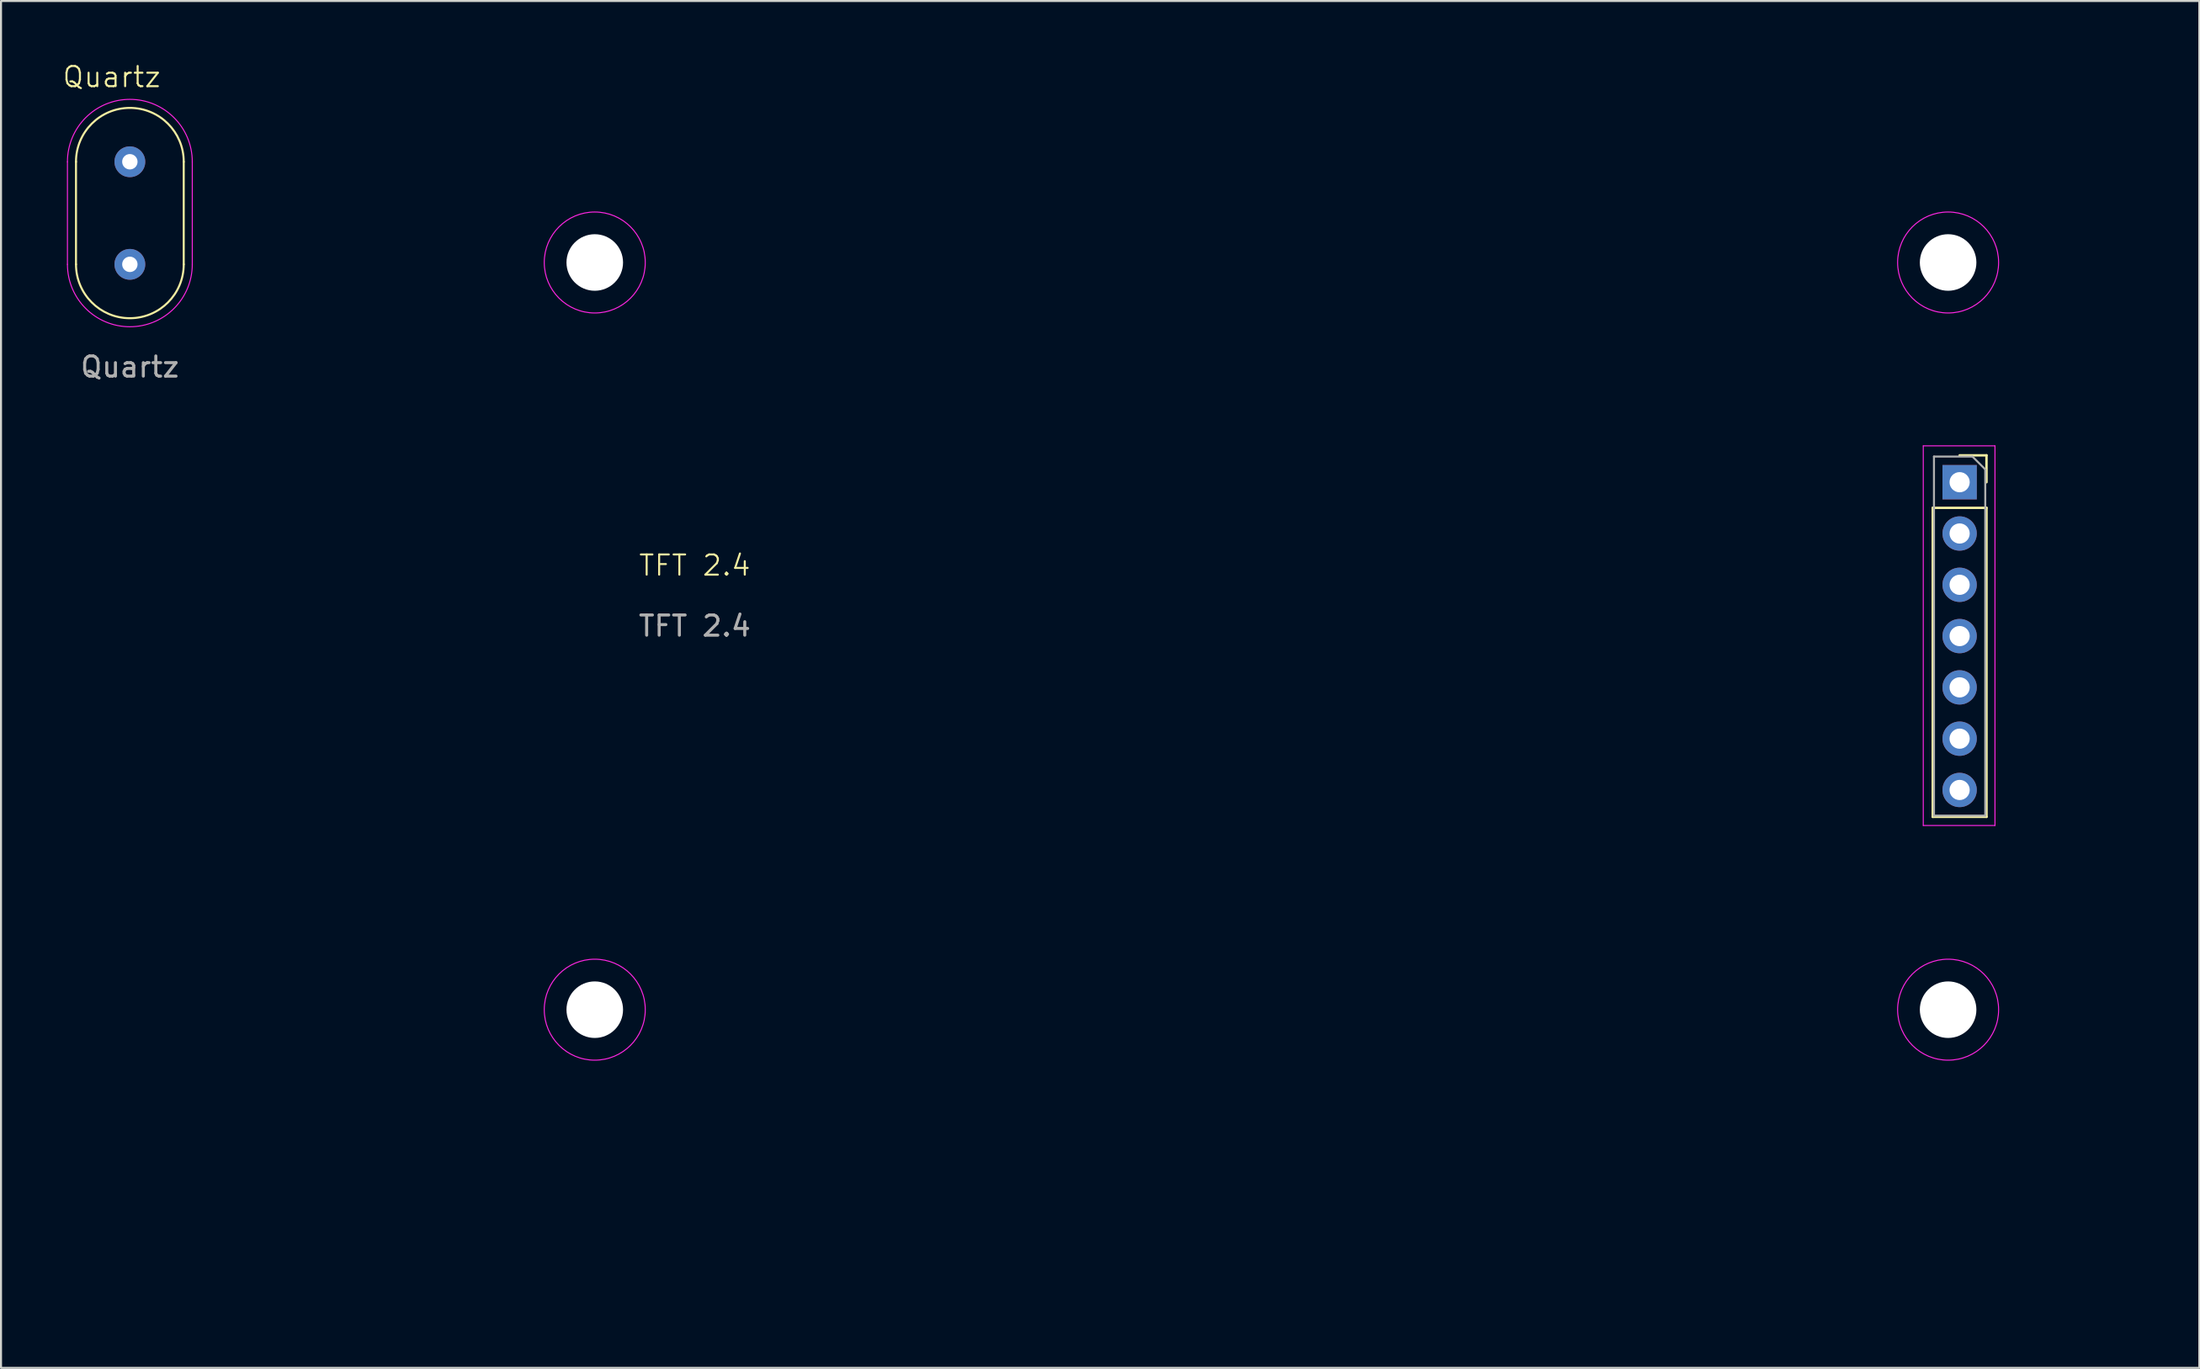
<source format=kicad_pcb>
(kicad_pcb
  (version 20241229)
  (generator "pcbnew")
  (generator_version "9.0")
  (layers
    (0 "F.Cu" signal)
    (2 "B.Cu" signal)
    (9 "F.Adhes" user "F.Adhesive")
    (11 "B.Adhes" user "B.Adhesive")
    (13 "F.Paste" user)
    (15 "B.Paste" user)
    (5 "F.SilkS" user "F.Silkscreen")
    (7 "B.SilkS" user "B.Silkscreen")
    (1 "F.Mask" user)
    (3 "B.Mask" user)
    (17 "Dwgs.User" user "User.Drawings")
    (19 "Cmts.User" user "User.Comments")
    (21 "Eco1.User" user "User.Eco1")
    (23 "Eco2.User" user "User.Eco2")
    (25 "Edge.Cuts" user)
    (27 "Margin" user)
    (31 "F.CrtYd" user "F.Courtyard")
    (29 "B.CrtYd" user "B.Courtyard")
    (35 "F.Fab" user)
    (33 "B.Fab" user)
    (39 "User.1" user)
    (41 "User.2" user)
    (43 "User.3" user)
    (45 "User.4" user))
  (footprint "Quartz"
    (layer "F.Cu")
    (at 3.379 4.96)
    (property "Reference" "Quartz" (at -0.9 -4.2 0) (unlocked yes) (layer "F.SilkS") (effects (font (size 1 1) (thickness 0.1))))
    (attr through_hole)
    (fp_line (start -2.667 0) (end -2.667 5.08) (stroke (width 0.1) (type default)) (layer "F.SilkS"))
    (fp_line (start 2.667 0) (end 2.667 5.08) (stroke (width 0.1) (type default)) (layer "F.SilkS"))
    (fp_arc (start -2.667 0) (mid 0 -2.667) (end 2.667 0) (stroke (width 0.1) (type default)) (layer "F.SilkS"))
    (fp_arc (start 2.667 5.08) (mid 0 7.747) (end -2.667 5.08) (stroke (width 0.1) (type default)) (layer "F.SilkS"))
    (fp_line (start -3.09 0) (end -3.09 5.08) (stroke (width 0.05) (type default)) (layer "F.CrtYd"))
    (fp_line (start 3.09 0) (end 3.09 5.08) (stroke (width 0.05) (type default)) (layer "F.CrtYd"))
    (fp_arc (start -3.090043 0) (mid 0 -3.090043) (end 3.090043 0) (stroke (width 0.05) (type default)) (layer "F.CrtYd"))
    (fp_arc (start 3.090043 5.08) (mid 0 8.170043) (end -3.090043 5.08) (stroke (width 0.05) (type default)) (layer "F.CrtYd"))
    (fp_text user "${REFERENCE}" (at 0 10.16 0) (unlocked yes) (layer "F.Fab") (effects (font (size 1 1) (thickness 0.15))))
    (pad "1" thru_hole circle (at 0 0) (size 1.524 1.524) (drill 0.762) (layers "*.Cu" "*.Mask"))
    (pad "2" thru_hole circle (at 0 5.08) (size 1.524 1.524) (drill 0.762) (layers "*.Cu" "*.Mask")))
  (footprint "TFT 2.4"
    (layer "F.Cu")
    (at 26.395 9.898)
    (property "Reference" "TFT 2.4" (at 4.95 15.05 0) (unlocked yes) (layer "F.SilkS") (effects (font (size 1 1) (thickness 0.1))))
    (attr exclude_from_pos_files exclude_from_bom)
    (fp_line (start 66.24 12.2) (end 66.24 27.5) (stroke (width 0.12) (type solid)) (layer "F.SilkS"))
    (fp_line (start 66.24 12.2) (end 68.9 12.2) (stroke (width 0.12) (type solid)) (layer "F.SilkS"))
    (fp_line (start 66.24 27.5) (end 68.9 27.5) (stroke (width 0.12) (type solid)) (layer "F.SilkS"))
    (fp_line (start 67.57 9.6) (end 68.9 9.6) (stroke (width 0.12) (type solid)) (layer "F.SilkS"))
    (fp_line (start 68.9 9.6) (end 68.9 10.93) (stroke (width 0.12) (type solid)) (layer "F.SilkS"))
    (fp_line (start 68.9 12.2) (end 68.9 27.5) (stroke (width 0.12) (type solid)) (layer "F.SilkS"))
    (fp_line (start 65.77 9.13) (end 69.32 9.13) (stroke (width 0.05) (type solid)) (layer "F.CrtYd"))
    (fp_line (start 65.77 27.93) (end 65.77 9.13) (stroke (width 0.05) (type solid)) (layer "F.CrtYd"))
    (fp_line (start 69.32 9.13) (end 69.32 27.93) (stroke (width 0.05) (type solid)) (layer "F.CrtYd"))
    (fp_line (start 69.32 27.93) (end 65.77 27.93) (stroke (width 0.05) (type solid)) (layer "F.CrtYd"))
    (fp_circle (center 0 0.05) (end 2.5 0.05) (stroke (width 0.05) (type solid)) (fill no) (layer "F.CrtYd"))
    (fp_circle (center 0 37.05) (end 2.5 37.05) (stroke (width 0.05) (type solid)) (fill no) (layer "F.CrtYd"))
    (fp_circle (center 67 0.05) (end 69.5 0.05) (stroke (width 0.05) (type solid)) (fill no) (layer "F.CrtYd"))
    (fp_circle (center 67 37.05) (end 69.5 37.05) (stroke (width 0.05) (type solid)) (fill no) (layer "F.CrtYd"))
    (fp_line (start 66.3 9.66) (end 68.205 9.66) (stroke (width 0.1) (type solid)) (layer "F.Fab"))
    (fp_line (start 66.3 27.44) (end 66.3 9.66) (stroke (width 0.1) (type solid)) (layer "F.Fab"))
    (fp_line (start 68.205 9.66) (end 68.84 10.295) (stroke (width 0.1) (type solid)) (layer "F.Fab"))
    (fp_line (start 68.84 10.295) (end 68.84 27.44) (stroke (width 0.1) (type solid)) (layer "F.Fab"))
    (fp_line (start 68.84 27.44) (end 66.3 27.44) (stroke (width 0.1) (type solid)) (layer "F.Fab"))
    (fp_rect (start -2.1 -2.95) (end 68.9 40.05) (stroke (width 0.1) (type solid)) (fill no) (layer "User.4"))
    (fp_rect (start 11.95 1.05) (end 60.85 36.1) (stroke (width 0.1) (type solid)) (fill no) (layer "User.4"))
    (fp_text user "${REFERENCE}" (at 4.95 18.05 0) (unlocked yes) (layer "F.Fab") (effects (font (size 1 1) (thickness 0.15))))
    (dimension (type orthogonal) (layer "User.3") (pts (xy 38.345 45.998) (xy 62.795 45.998)) (height -44) (orientation 0) (format (prefix "") (suffix "") (units 3) (units_format 0) (precision 4) (suppress_zeroes yes)) (style (thickness 0.1) (arrow_length 1.27) (text_position_mode 0) (arrow_direction outward) (extension_height 0.586) (extension_offset 0.5) (keep_text_aligned yes)) (gr_text "24.45" (at 50.57 0.848 0) (layer "User.3") (effects (font (size 1 1) (thickness 0.15)))))
    (dimension (type orthogonal) (layer "User.3") (pts (xy 26.395 46.948) (xy 24.395 46.948)) (height 4.95) (orientation 0) (format (prefix "") (suffix "") (units 3) (units_format 0) (precision 4) (suppress_zeroes yes)) (style (thickness 0.1) (arrow_length 1.27) (text_position_mode 0) (arrow_direction outward) (extension_height 0.586) (extension_offset 0.5) (keep_text_aligned yes)) (gr_text "2" (at 25.395 50.748 0) (layer "User.3") (effects (font (size 1 1) (thickness 0.15)))))
    (dimension (type orthogonal) (layer "User.3") (pts (xy 86.445 49.998) (xy 86.145 45.998)) (height -75.2) (orientation 1) (format (prefix "") (suffix "") (units 3) (units_format 0) (precision 4) (suppress_zeroes yes)) (style (thickness 0.1) (arrow_length 1.27) (text_position_mode 0) (arrow_direction outward) (extension_height 0.586) (extension_offset 0.5) (keep_text_aligned yes)) (gr_text "4" (at 10.095 47.998 90) (layer "User.3") (effects (font (size 1 1) (thickness 0.15)))))
    (dimension (type orthogonal) (layer "User.3") (pts (xy 26.395 9.948) (xy 93.395 10.048)) (height 51.1) (orientation 0) (format (prefix "") (suffix "") (units 3) (units_format 0) (precision 4) (suppress_zeroes yes)) (style (thickness 0.1) (arrow_length 1.27) (text_position_mode 0) (arrow_direction outward) (extension_height 0.586) (extension_offset 0.5) (keep_text_aligned yes)) (gr_text "67" (at 59.895 59.898 0) (layer "User.3") (effects (font (size 1 1) (thickness 0.15)))))
    (dimension (type orthogonal) (layer "User.3") (pts (xy 26.395 9.948) (xy 26.395 46.948)) (height 75.8) (orientation 1) (format (prefix "") (suffix "") (units 3) (units_format 0) (precision 4) (suppress_zeroes yes)) (style (thickness 0.1) (arrow_length 1.27) (text_position_mode 0) (arrow_direction outward) (extension_height 0.586) (extension_offset 0.5) (keep_text_aligned yes)) (gr_text "37" (at 101.045 28.448 90) (layer "User.3") (effects (font (size 1 1) (thickness 0.15)))))
    (dimension (type orthogonal) (layer "User.3") (pts (xy 95.295 28.448) (xy 87.245 4.598)) (height 0) (orientation 0) (format (prefix "") (suffix "") (units 3) (units_format 0) (precision 4) (suppress_zeroes yes)) (style (thickness 0.1) (arrow_length 1.27) (text_position_mode 0) (arrow_direction outward) (extension_height 0.586) (extension_offset 0.5) (keep_text_aligned yes)) (gr_text "8.05" (at 91.27 27.298 0) (layer "User.3") (effects (font (size 1 1) (thickness 0.15)))))
    (dimension (type orthogonal) (layer "User.3") (pts (xy 101.295 9.948) (xy 101.295 28.448)) (height -77) (orientation 1) (format (prefix "") (suffix "") (units 3) (units_format 0) (precision 4) (suppress_zeroes yes)) (style (thickness 0.1) (arrow_length 1.27) (text_position_mode 0) (arrow_direction outward) (extension_height 0.586) (extension_offset 0.5) (keep_text_aligned yes)) (gr_text "18.5" (at 23.145 19.198 90) (layer "User.3") (effects (font (size 1 1) (thickness 0.15)))))
    (dimension (type orthogonal) (layer "User.3") (pts (xy 93.395 46.948) (xy 93.895 46.948)) (height -41.45) (orientation 0) (format (prefix "") (suffix "") (units 3) (units_format 0) (precision 4) (suppress_zeroes yes)) (style (thickness 0.1) (arrow_length 1.27) (text_position_mode 0) (arrow_direction outward) (extension_height 0.586) (extension_offset 0.5) (keep_text_aligned yes)) (gr_text "0.5" (at 93.645 4.348 0) (layer "User.3") (effects (font (size 1 1) (thickness 0.15)))))
    (dimension (type orthogonal) (layer "User.3") (pts (xy 26.395 46.948) (xy 26.445 49.948)) (height -9.8) (orientation 1) (format (prefix "") (suffix "") (units 3) (units_format 0) (precision 4) (suppress_zeroes yes)) (style (thickness 0.1) (arrow_length 1.27) (text_position_mode 0) (arrow_direction outward) (extension_height 0.586) (extension_offset 0.5) (keep_text_aligned yes)) (gr_text "3" (at 15.445 48.448 90) (layer "User.3") (effects (font (size 1 1) (thickness 0.15)))))
    (dimension (type orthogonal) (layer "User.3") (pts (xy 24.295 8.898) (xy 38.295 8.898)) (height 46.25) (orientation 0) (format (prefix "") (suffix "") (units 3) (units_format 0) (precision 4) (suppress_zeroes yes)) (style (thickness 0.1) (arrow_length 1.27) (text_position_mode 0) (arrow_direction outward) (extension_height 0.586) (extension_offset 0.5) (keep_text_aligned yes)) (gr_text "14" (at 31.295 53.998 0) (layer "User.3") (effects (font (size 1 1) (thickness 0.15)))))
    (dimension (type orthogonal) (layer "User.3") (pts (xy 88.395 6.948) (xy 88.395 10.948)) (height -77.15) (orientation 1) (format (prefix "") (suffix "") (units 3) (units_format 0) (precision 4) (suppress_zeroes yes)) (style (thickness 0.1) (arrow_length 1.27) (text_position_mode 0) (arrow_direction outward) (extension_height 0.586) (extension_offset 0.5) (keep_text_aligned yes)) (gr_text "4" (at 10.095 8.948 90) (layer "User.3") (effects (font (size 1 1) (thickness 0.15)))))
    (pad "" np_thru_hole circle (at 0 0.05) (size 2.8 2.8) (drill 2.8) (layers "*.Cu" "*.Mask"))
    (pad "" np_thru_hole circle (at 0 37.05) (size 2.8 2.8) (drill 2.8) (layers "*.Cu" "*.Mask"))
    (pad "" np_thru_hole circle (at 67 0.05) (size 2.8 2.8) (drill 2.8) (layers "*.Cu" "*.Mask"))
    (pad "" np_thru_hole circle (at 67 37.05) (size 2.8 2.8) (drill 2.8) (layers "*.Cu" "*.Mask"))
    (pad "1" thru_hole rect (at 67.57 10.93) (size 1.7 1.7) (drill 1) (layers "*.Cu" "*.Mask"))
    (pad "2" thru_hole oval (at 67.57 13.47) (size 1.7 1.7) (drill 1) (layers "*.Cu" "*.Mask"))
    (pad "3" thru_hole oval (at 67.57 16.01) (size 1.7 1.7) (drill 1) (layers "*.Cu" "*.Mask"))
    (pad "4" thru_hole oval (at 67.57 18.55) (size 1.7 1.7) (drill 1) (layers "*.Cu" "*.Mask"))
    (pad "5" thru_hole oval (at 67.57 21.09) (size 1.7 1.7) (drill 1) (layers "*.Cu" "*.Mask"))
    (pad "6" thru_hole oval (at 67.57 23.63) (size 1.7 1.7) (drill 1) (layers "*.Cu" "*.Mask"))
    (pad "7" thru_hole oval (at 67.57 26.17) (size 1.7 1.7) (drill 1) (layers "*.Cu" "*.Mask")))
  (gr_rect
    (start -3 -3)
    (end 105.831 64.685)
    (stroke (width 0.1) (type default))
    (fill no)
    (layer "Edge.Cuts")))
</source>
